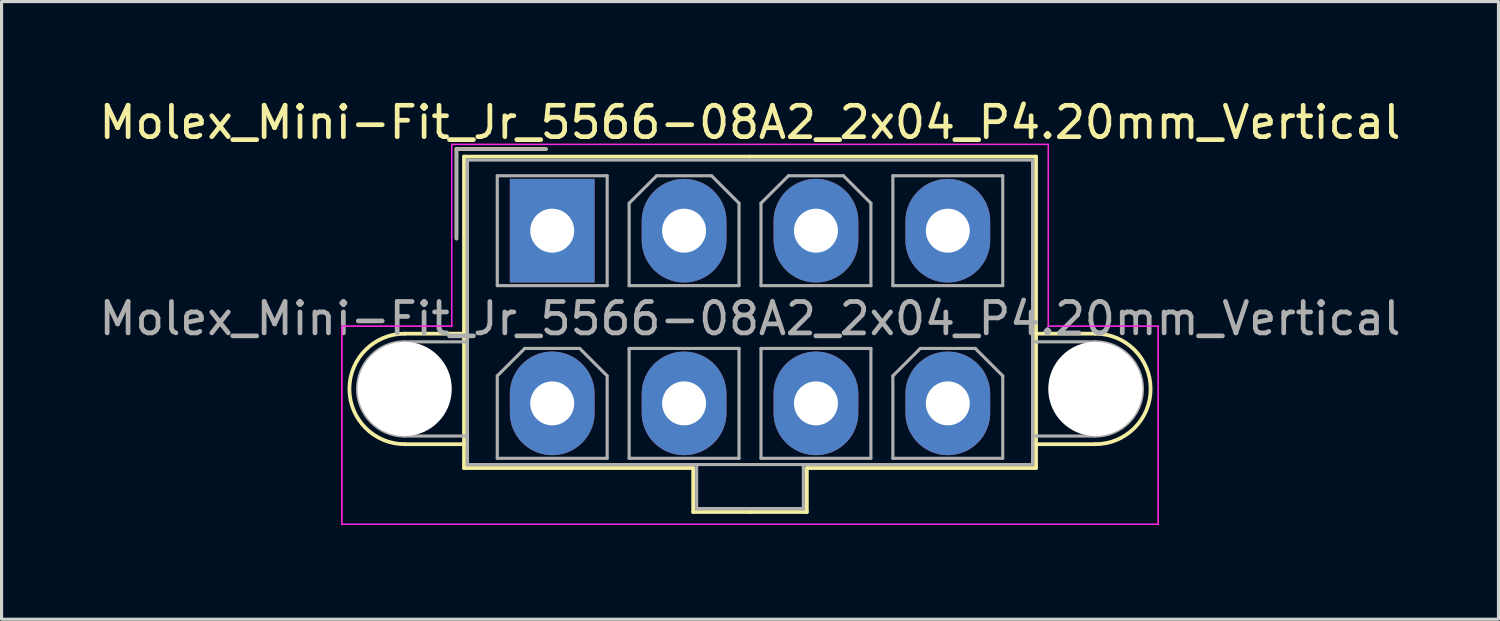
<source format=kicad_pcb>
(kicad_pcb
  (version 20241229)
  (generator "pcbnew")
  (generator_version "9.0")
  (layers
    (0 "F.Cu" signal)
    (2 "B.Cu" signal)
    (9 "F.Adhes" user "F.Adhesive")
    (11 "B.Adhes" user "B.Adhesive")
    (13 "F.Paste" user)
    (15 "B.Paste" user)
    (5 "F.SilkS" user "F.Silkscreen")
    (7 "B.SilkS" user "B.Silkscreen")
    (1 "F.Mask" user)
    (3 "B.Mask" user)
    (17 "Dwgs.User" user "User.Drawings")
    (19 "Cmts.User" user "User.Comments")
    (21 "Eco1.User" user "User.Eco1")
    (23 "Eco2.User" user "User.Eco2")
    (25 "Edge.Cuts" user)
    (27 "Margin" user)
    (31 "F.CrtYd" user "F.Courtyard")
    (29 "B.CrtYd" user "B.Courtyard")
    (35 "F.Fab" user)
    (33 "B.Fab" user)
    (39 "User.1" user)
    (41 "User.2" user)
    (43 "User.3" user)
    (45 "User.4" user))
  (footprint "Molex_Mini-Fit_Jr_5566-08A2_2x04_P4.20mm_Vertical"
    (layer "F.Cu")
    (at 14.539 4.298)
    (property "Reference" "Molex_Mini-Fit_Jr_5566-08A2_2x04_P4.20mm_Vertical" (at 6.3 -3.45 0) (layer "F.SilkS") (effects (font (size 1 1) (thickness 0.15))))
    (attr through_hole)
    (fp_line (start -4.7 3.28) (end -2.81 3.28) (stroke (width 0.12) (type solid)) (layer "F.SilkS"))
    (fp_line (start -4.7 6.8) (end -2.81 6.8) (stroke (width 0.12) (type solid)) (layer "F.SilkS"))
    (fp_line (start -3.05 -2.6) (end -3.05 0.25) (stroke (width 0.12) (type solid)) (layer "F.SilkS"))
    (fp_line (start -2.81 -2.36) (end -2.81 7.56) (stroke (width 0.12) (type solid)) (layer "F.SilkS"))
    (fp_line (start -2.81 7.56) (end 4.49 7.56) (stroke (width 0.12) (type solid)) (layer "F.SilkS"))
    (fp_line (start -0.2 -2.6) (end -3.05 -2.6) (stroke (width 0.12) (type solid)) (layer "F.SilkS"))
    (fp_line (start 4.49 7.56) (end 4.49 8.96) (stroke (width 0.12) (type solid)) (layer "F.SilkS"))
    (fp_line (start 4.49 8.96) (end 6.3 8.96) (stroke (width 0.12) (type solid)) (layer "F.SilkS"))
    (fp_line (start 6.3 -2.36) (end -2.81 -2.36) (stroke (width 0.12) (type solid)) (layer "F.SilkS"))
    (fp_line (start 6.3 -2.36) (end 15.41 -2.36) (stroke (width 0.12) (type solid)) (layer "F.SilkS"))
    (fp_line (start 8.11 7.56) (end 8.11 8.96) (stroke (width 0.12) (type solid)) (layer "F.SilkS"))
    (fp_line (start 8.11 8.96) (end 6.3 8.96) (stroke (width 0.12) (type solid)) (layer "F.SilkS"))
    (fp_line (start 15.41 -2.36) (end 15.41 7.56) (stroke (width 0.12) (type solid)) (layer "F.SilkS"))
    (fp_line (start 15.41 7.56) (end 8.11 7.56) (stroke (width 0.12) (type solid)) (layer "F.SilkS"))
    (fp_line (start 17.3 3.28) (end 15.41 3.28) (stroke (width 0.12) (type solid)) (layer "F.SilkS"))
    (fp_line (start 17.3 6.8) (end 15.41 6.8) (stroke (width 0.12) (type solid)) (layer "F.SilkS"))
    (fp_arc (start -4.7 6.8) (mid -6.46 5.04) (end -4.7 3.28) (stroke (width 0.12) (type solid)) (layer "F.SilkS"))
    (fp_arc (start 17.3 3.28) (mid 19.06 5.04) (end 17.3 6.8) (stroke (width 0.12) (type solid)) (layer "F.SilkS"))
    (fp_line (start -6.7 3.04) (end -6.7 9.35) (stroke (width 0.05) (type solid)) (layer "F.CrtYd"))
    (fp_line (start -6.7 9.35) (end 19.3 9.35) (stroke (width 0.05) (type solid)) (layer "F.CrtYd"))
    (fp_line (start -3.2 -2.75) (end -3.2 3.04) (stroke (width 0.05) (type solid)) (layer "F.CrtYd"))
    (fp_line (start -3.2 3.04) (end -6.7 3.04) (stroke (width 0.05) (type solid)) (layer "F.CrtYd"))
    (fp_line (start 15.8 -2.75) (end -3.2 -2.75) (stroke (width 0.05) (type solid)) (layer "F.CrtYd"))
    (fp_line (start 15.8 3.04) (end 15.8 -2.75) (stroke (width 0.05) (type solid)) (layer "F.CrtYd"))
    (fp_line (start 19.3 3.04) (end 15.8 3.04) (stroke (width 0.05) (type solid)) (layer "F.CrtYd"))
    (fp_line (start 19.3 9.35) (end 19.3 3.04) (stroke (width 0.05) (type solid)) (layer "F.CrtYd"))
    (fp_line (start -4.7 3.54) (end -2.7 3.54) (stroke (width 0.1) (type solid)) (layer "F.Fab"))
    (fp_line (start -4.7 6.54) (end -2.7 6.54) (stroke (width 0.1) (type solid)) (layer "F.Fab"))
    (fp_line (start -3.05 -2.6) (end -3.05 0.25) (stroke (width 0.1) (type solid)) (layer "F.Fab"))
    (fp_line (start -2.7 -2.25) (end -2.7 7.45) (stroke (width 0.1) (type solid)) (layer "F.Fab"))
    (fp_line (start -2.7 7.45) (end 15.3 7.45) (stroke (width 0.1) (type solid)) (layer "F.Fab"))
    (fp_line (start -1.75 -1.75) (end -1.75 1.75) (stroke (width 0.1) (type solid)) (layer "F.Fab"))
    (fp_line (start -1.75 1.75) (end 1.75 1.75) (stroke (width 0.1) (type solid)) (layer "F.Fab"))
    (fp_line (start -1.75 4.625) (end -0.875 3.75) (stroke (width 0.1) (type solid)) (layer "F.Fab"))
    (fp_line (start -1.75 7.25) (end -1.75 4.625) (stroke (width 0.1) (type solid)) (layer "F.Fab"))
    (fp_line (start -0.875 3.75) (end 0.875 3.75) (stroke (width 0.1) (type solid)) (layer "F.Fab"))
    (fp_line (start -0.2 -2.6) (end -3.05 -2.6) (stroke (width 0.1) (type solid)) (layer "F.Fab"))
    (fp_line (start 0.875 3.75) (end 1.75 4.625) (stroke (width 0.1) (type solid)) (layer "F.Fab"))
    (fp_line (start 1.75 -1.75) (end -1.75 -1.75) (stroke (width 0.1) (type solid)) (layer "F.Fab"))
    (fp_line (start 1.75 1.75) (end 1.75 -1.75) (stroke (width 0.1) (type solid)) (layer "F.Fab"))
    (fp_line (start 1.75 4.625) (end 1.75 7.25) (stroke (width 0.1) (type solid)) (layer "F.Fab"))
    (fp_line (start 1.75 7.25) (end -1.75 7.25) (stroke (width 0.1) (type solid)) (layer "F.Fab"))
    (fp_line (start 2.45 -0.875) (end 3.325 -1.75) (stroke (width 0.1) (type solid)) (layer "F.Fab"))
    (fp_line (start 2.45 1.75) (end 2.45 -0.875) (stroke (width 0.1) (type solid)) (layer "F.Fab"))
    (fp_line (start 2.45 3.75) (end 2.45 7.25) (stroke (width 0.1) (type solid)) (layer "F.Fab"))
    (fp_line (start 2.45 7.25) (end 5.95 7.25) (stroke (width 0.1) (type solid)) (layer "F.Fab"))
    (fp_line (start 3.325 -1.75) (end 5.075 -1.75) (stroke (width 0.1) (type solid)) (layer "F.Fab"))
    (fp_line (start 4.6 7.45) (end 4.6 8.85) (stroke (width 0.1) (type solid)) (layer "F.Fab"))
    (fp_line (start 4.6 8.85) (end 8 8.85) (stroke (width 0.1) (type solid)) (layer "F.Fab"))
    (fp_line (start 5.075 -1.75) (end 5.95 -0.875) (stroke (width 0.1) (type solid)) (layer "F.Fab"))
    (fp_line (start 5.95 -0.875) (end 5.95 1.75) (stroke (width 0.1) (type solid)) (layer "F.Fab"))
    (fp_line (start 5.95 1.75) (end 2.45 1.75) (stroke (width 0.1) (type solid)) (layer "F.Fab"))
    (fp_line (start 5.95 3.75) (end 2.45 3.75) (stroke (width 0.1) (type solid)) (layer "F.Fab"))
    (fp_line (start 5.95 7.25) (end 5.95 3.75) (stroke (width 0.1) (type solid)) (layer "F.Fab"))
    (fp_line (start 6.65 -0.875) (end 7.525 -1.75) (stroke (width 0.1) (type solid)) (layer "F.Fab"))
    (fp_line (start 6.65 1.75) (end 6.65 -0.875) (stroke (width 0.1) (type solid)) (layer "F.Fab"))
    (fp_line (start 6.65 3.75) (end 6.65 7.25) (stroke (width 0.1) (type solid)) (layer "F.Fab"))
    (fp_line (start 6.65 7.25) (end 10.15 7.25) (stroke (width 0.1) (type solid)) (layer "F.Fab"))
    (fp_line (start 7.525 -1.75) (end 9.275 -1.75) (stroke (width 0.1) (type solid)) (layer "F.Fab"))
    (fp_line (start 8 8.85) (end 8 7.45) (stroke (width 0.1) (type solid)) (layer "F.Fab"))
    (fp_line (start 9.275 -1.75) (end 10.15 -0.875) (stroke (width 0.1) (type solid)) (layer "F.Fab"))
    (fp_line (start 10.15 -0.875) (end 10.15 1.75) (stroke (width 0.1) (type solid)) (layer "F.Fab"))
    (fp_line (start 10.15 1.75) (end 6.65 1.75) (stroke (width 0.1) (type solid)) (layer "F.Fab"))
    (fp_line (start 10.15 3.75) (end 6.65 3.75) (stroke (width 0.1) (type solid)) (layer "F.Fab"))
    (fp_line (start 10.15 7.25) (end 10.15 3.75) (stroke (width 0.1) (type solid)) (layer "F.Fab"))
    (fp_line (start 10.85 -1.75) (end 10.85 1.75) (stroke (width 0.1) (type solid)) (layer "F.Fab"))
    (fp_line (start 10.85 1.75) (end 14.35 1.75) (stroke (width 0.1) (type solid)) (layer "F.Fab"))
    (fp_line (start 10.85 4.625) (end 11.725 3.75) (stroke (width 0.1) (type solid)) (layer "F.Fab"))
    (fp_line (start 10.85 7.25) (end 10.85 4.625) (stroke (width 0.1) (type solid)) (layer "F.Fab"))
    (fp_line (start 11.725 3.75) (end 13.475 3.75) (stroke (width 0.1) (type solid)) (layer "F.Fab"))
    (fp_line (start 13.475 3.75) (end 14.35 4.625) (stroke (width 0.1) (type solid)) (layer "F.Fab"))
    (fp_line (start 14.35 -1.75) (end 10.85 -1.75) (stroke (width 0.1) (type solid)) (layer "F.Fab"))
    (fp_line (start 14.35 1.75) (end 14.35 -1.75) (stroke (width 0.1) (type solid)) (layer "F.Fab"))
    (fp_line (start 14.35 4.625) (end 14.35 7.25) (stroke (width 0.1) (type solid)) (layer "F.Fab"))
    (fp_line (start 14.35 7.25) (end 10.85 7.25) (stroke (width 0.1) (type solid)) (layer "F.Fab"))
    (fp_line (start 15.3 -2.25) (end -2.7 -2.25) (stroke (width 0.1) (type solid)) (layer "F.Fab"))
    (fp_line (start 15.3 7.45) (end 15.3 -2.25) (stroke (width 0.1) (type solid)) (layer "F.Fab"))
    (fp_line (start 17.3 3.54) (end 15.3 3.54) (stroke (width 0.1) (type solid)) (layer "F.Fab"))
    (fp_line (start 17.3 6.54) (end 15.3 6.54) (stroke (width 0.1) (type solid)) (layer "F.Fab"))
    (fp_arc (start -4.7 6.54) (mid -6.2 5.04) (end -4.7 3.54) (stroke (width 0.1) (type solid)) (layer "F.Fab"))
    (fp_arc (start 17.3 3.54) (mid 18.8 5.04) (end 17.3 6.54) (stroke (width 0.1) (type solid)) (layer "F.Fab"))
    (fp_text user "${REFERENCE}" (at 6.3 2.8 0) (layer "F.Fab") (effects (font (size 1 1) (thickness 0.15))))
    (pad "" np_thru_hole circle (at -4.7 5.04) (size 3 3) (drill 3) (layers "*.Cu" "*.Mask"))
    (pad "" np_thru_hole circle (at 17.3 5.04) (size 3 3) (drill 3) (layers "*.Cu" "*.Mask"))
    (pad "1" thru_hole rect (at 0 0) (size 2.7 3.3) (drill 1.4) (layers "*.Cu" "*.Mask"))
    (pad "2" thru_hole oval (at 4.2 0) (size 2.7 3.3) (drill 1.4) (layers "*.Cu" "*.Mask"))
    (pad "3" thru_hole oval (at 8.4 0) (size 2.7 3.3) (drill 1.4) (layers "*.Cu" "*.Mask"))
    (pad "4" thru_hole oval (at 12.6 0) (size 2.7 3.3) (drill 1.4) (layers "*.Cu" "*.Mask"))
    (pad "5" thru_hole oval (at 0 5.5) (size 2.7 3.3) (drill 1.4) (layers "*.Cu" "*.Mask"))
    (pad "6" thru_hole oval (at 4.2 5.5) (size 2.7 3.3) (drill 1.4) (layers "*.Cu" "*.Mask"))
    (pad "7" thru_hole oval (at 8.4 5.5) (size 2.7 3.3) (drill 1.4) (layers "*.Cu" "*.Mask"))
    (pad "8" thru_hole oval (at 12.6 5.5) (size 2.7 3.3) (drill 1.4) (layers "*.Cu" "*.Mask")))
  (gr_rect
    (start -3 -3)
    (end 44.679 16.673)
    (stroke (width 0.1) (type default))
    (fill no)
    (layer "Edge.Cuts")))
</source>
